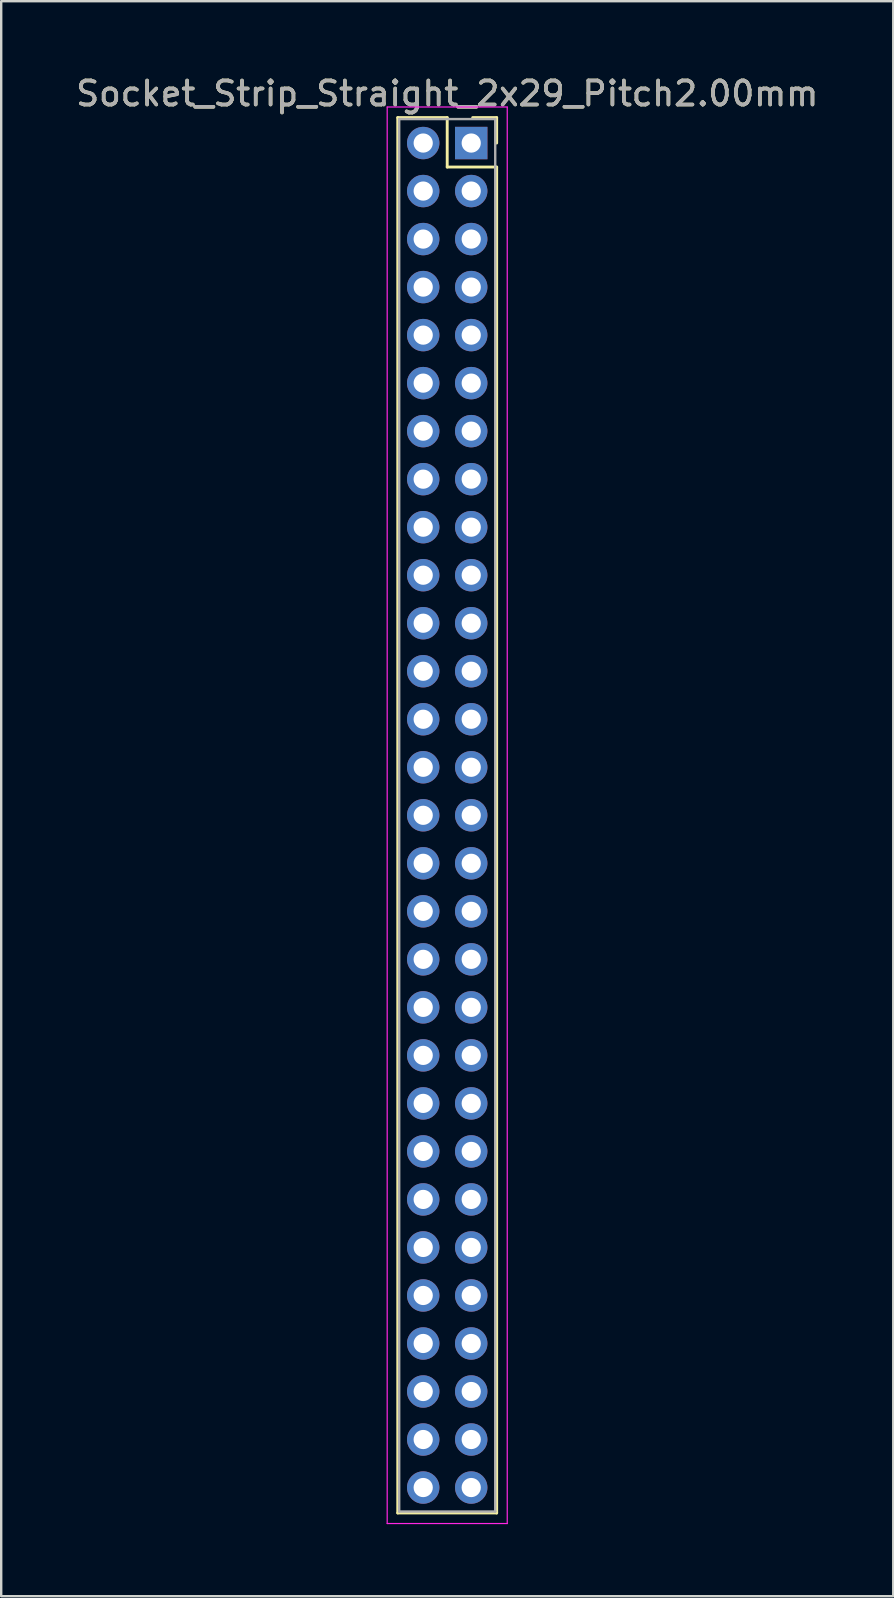
<source format=kicad_pcb>
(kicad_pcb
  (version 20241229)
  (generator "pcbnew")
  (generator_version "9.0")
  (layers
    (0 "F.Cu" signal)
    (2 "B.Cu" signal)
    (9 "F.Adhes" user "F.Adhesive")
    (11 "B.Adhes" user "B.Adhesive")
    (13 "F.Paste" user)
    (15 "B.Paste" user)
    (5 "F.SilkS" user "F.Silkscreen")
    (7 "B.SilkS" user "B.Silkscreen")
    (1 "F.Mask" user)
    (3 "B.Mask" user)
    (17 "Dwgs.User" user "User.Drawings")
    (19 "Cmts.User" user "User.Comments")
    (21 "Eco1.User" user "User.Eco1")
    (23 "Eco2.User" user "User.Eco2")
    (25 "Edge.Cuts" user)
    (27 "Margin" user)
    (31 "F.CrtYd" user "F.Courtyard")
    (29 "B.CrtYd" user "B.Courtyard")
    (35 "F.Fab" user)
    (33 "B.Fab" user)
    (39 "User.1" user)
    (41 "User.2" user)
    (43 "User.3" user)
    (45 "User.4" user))
  (footprint "Socket_Strip_Straight_2x29_Pitch2.00mm"
    (layer "F.Cu")
    (at 16.577 2.908)
    (property "Reference" "Socket_Strip_Straight_2x29_Pitch2.00mm" (at -1 -2.06 0) (layer "F.SilkS") (effects (font (size 1 1) (thickness 0.15))))
    (attr through_hole)
    (fp_line (start -3.06 -1.06) (end -1 -1.06) (stroke (width 0.12) (type solid)) (layer "F.SilkS"))
    (fp_line (start -3.06 57.06) (end -3.06 -1.06) (stroke (width 0.12) (type solid)) (layer "F.SilkS"))
    (fp_line (start -1 -1.06) (end -1 1) (stroke (width 0.12) (type solid)) (layer "F.SilkS"))
    (fp_line (start -1 1) (end 1.06 1) (stroke (width 0.12) (type solid)) (layer "F.SilkS"))
    (fp_line (start 1.06 -1.06) (end 0.06 -1.06) (stroke (width 0.12) (type solid)) (layer "F.SilkS"))
    (fp_line (start 1.06 0) (end 1.06 -1.06) (stroke (width 0.12) (type solid)) (layer "F.SilkS"))
    (fp_line (start 1.06 1) (end 1.06 57.06) (stroke (width 0.12) (type solid)) (layer "F.SilkS"))
    (fp_line (start 1.06 57.06) (end -3.06 57.06) (stroke (width 0.12) (type solid)) (layer "F.SilkS"))
    (fp_line (start -3.5 -1.5) (end -3.5 57.5) (stroke (width 0.05) (type solid)) (layer "F.CrtYd"))
    (fp_line (start -3.5 57.5) (end 1.5 57.5) (stroke (width 0.05) (type solid)) (layer "F.CrtYd"))
    (fp_line (start 1.5 -1.5) (end -3.5 -1.5) (stroke (width 0.05) (type solid)) (layer "F.CrtYd"))
    (fp_line (start 1.5 57.5) (end 1.5 -1.5) (stroke (width 0.05) (type solid)) (layer "F.CrtYd"))
    (fp_line (start -3 -1) (end -3 57) (stroke (width 0.1) (type solid)) (layer "F.Fab"))
    (fp_line (start -3 57) (end 1 57) (stroke (width 0.1) (type solid)) (layer "F.Fab"))
    (fp_line (start 1 -1) (end -3 -1) (stroke (width 0.1) (type solid)) (layer "F.Fab"))
    (fp_line (start 1 57) (end 1 -1) (stroke (width 0.1) (type solid)) (layer "F.Fab"))
    (fp_text user "${REFERENCE}" (at -1 -2.06 0) (layer "F.Fab") (effects (font (size 1 1) (thickness 0.15))))
    (pad "1" thru_hole rect (at 0 0) (size 1.35 1.35) (drill 0.8) (layers "*.Cu" "*.Mask"))
    (pad "2" thru_hole oval (at -2 0) (size 1.35 1.35) (drill 0.8) (layers "*.Cu" "*.Mask"))
    (pad "3" thru_hole oval (at 0 2) (size 1.35 1.35) (drill 0.8) (layers "*.Cu" "*.Mask"))
    (pad "4" thru_hole oval (at -2 2) (size 1.35 1.35) (drill 0.8) (layers "*.Cu" "*.Mask"))
    (pad "5" thru_hole oval (at 0 4) (size 1.35 1.35) (drill 0.8) (layers "*.Cu" "*.Mask"))
    (pad "6" thru_hole oval (at -2 4) (size 1.35 1.35) (drill 0.8) (layers "*.Cu" "*.Mask"))
    (pad "7" thru_hole oval (at 0 6) (size 1.35 1.35) (drill 0.8) (layers "*.Cu" "*.Mask"))
    (pad "8" thru_hole oval (at -2 6) (size 1.35 1.35) (drill 0.8) (layers "*.Cu" "*.Mask"))
    (pad "9" thru_hole oval (at 0 8) (size 1.35 1.35) (drill 0.8) (layers "*.Cu" "*.Mask"))
    (pad "10" thru_hole oval (at -2 8) (size 1.35 1.35) (drill 0.8) (layers "*.Cu" "*.Mask"))
    (pad "11" thru_hole oval (at 0 10) (size 1.35 1.35) (drill 0.8) (layers "*.Cu" "*.Mask"))
    (pad "12" thru_hole oval (at -2 10) (size 1.35 1.35) (drill 0.8) (layers "*.Cu" "*.Mask"))
    (pad "13" thru_hole oval (at 0 12) (size 1.35 1.35) (drill 0.8) (layers "*.Cu" "*.Mask"))
    (pad "14" thru_hole oval (at -2 12) (size 1.35 1.35) (drill 0.8) (layers "*.Cu" "*.Mask"))
    (pad "15" thru_hole oval (at 0 14) (size 1.35 1.35) (drill 0.8) (layers "*.Cu" "*.Mask"))
    (pad "16" thru_hole oval (at -2 14) (size 1.35 1.35) (drill 0.8) (layers "*.Cu" "*.Mask"))
    (pad "17" thru_hole oval (at 0 16) (size 1.35 1.35) (drill 0.8) (layers "*.Cu" "*.Mask"))
    (pad "18" thru_hole oval (at -2 16) (size 1.35 1.35) (drill 0.8) (layers "*.Cu" "*.Mask"))
    (pad "19" thru_hole oval (at 0 18) (size 1.35 1.35) (drill 0.8) (layers "*.Cu" "*.Mask"))
    (pad "20" thru_hole oval (at -2 18) (size 1.35 1.35) (drill 0.8) (layers "*.Cu" "*.Mask"))
    (pad "21" thru_hole oval (at 0 20) (size 1.35 1.35) (drill 0.8) (layers "*.Cu" "*.Mask"))
    (pad "22" thru_hole oval (at -2 20) (size 1.35 1.35) (drill 0.8) (layers "*.Cu" "*.Mask"))
    (pad "23" thru_hole oval (at 0 22) (size 1.35 1.35) (drill 0.8) (layers "*.Cu" "*.Mask"))
    (pad "24" thru_hole oval (at -2 22) (size 1.35 1.35) (drill 0.8) (layers "*.Cu" "*.Mask"))
    (pad "25" thru_hole oval (at 0 24) (size 1.35 1.35) (drill 0.8) (layers "*.Cu" "*.Mask"))
    (pad "26" thru_hole oval (at -2 24) (size 1.35 1.35) (drill 0.8) (layers "*.Cu" "*.Mask"))
    (pad "27" thru_hole oval (at 0 26) (size 1.35 1.35) (drill 0.8) (layers "*.Cu" "*.Mask"))
    (pad "28" thru_hole oval (at -2 26) (size 1.35 1.35) (drill 0.8) (layers "*.Cu" "*.Mask"))
    (pad "29" thru_hole oval (at 0 28) (size 1.35 1.35) (drill 0.8) (layers "*.Cu" "*.Mask"))
    (pad "30" thru_hole oval (at -2 28) (size 1.35 1.35) (drill 0.8) (layers "*.Cu" "*.Mask"))
    (pad "31" thru_hole oval (at 0 30) (size 1.35 1.35) (drill 0.8) (layers "*.Cu" "*.Mask"))
    (pad "32" thru_hole oval (at -2 30) (size 1.35 1.35) (drill 0.8) (layers "*.Cu" "*.Mask"))
    (pad "33" thru_hole oval (at 0 32) (size 1.35 1.35) (drill 0.8) (layers "*.Cu" "*.Mask"))
    (pad "34" thru_hole oval (at -2 32) (size 1.35 1.35) (drill 0.8) (layers "*.Cu" "*.Mask"))
    (pad "35" thru_hole oval (at 0 34) (size 1.35 1.35) (drill 0.8) (layers "*.Cu" "*.Mask"))
    (pad "36" thru_hole oval (at -2 34) (size 1.35 1.35) (drill 0.8) (layers "*.Cu" "*.Mask"))
    (pad "37" thru_hole oval (at 0 36) (size 1.35 1.35) (drill 0.8) (layers "*.Cu" "*.Mask"))
    (pad "38" thru_hole oval (at -2 36) (size 1.35 1.35) (drill 0.8) (layers "*.Cu" "*.Mask"))
    (pad "39" thru_hole oval (at 0 38) (size 1.35 1.35) (drill 0.8) (layers "*.Cu" "*.Mask"))
    (pad "40" thru_hole oval (at -2 38) (size 1.35 1.35) (drill 0.8) (layers "*.Cu" "*.Mask"))
    (pad "41" thru_hole oval (at 0 40) (size 1.35 1.35) (drill 0.8) (layers "*.Cu" "*.Mask"))
    (pad "42" thru_hole oval (at -2 40) (size 1.35 1.35) (drill 0.8) (layers "*.Cu" "*.Mask"))
    (pad "43" thru_hole oval (at 0 42) (size 1.35 1.35) (drill 0.8) (layers "*.Cu" "*.Mask"))
    (pad "44" thru_hole oval (at -2 42) (size 1.35 1.35) (drill 0.8) (layers "*.Cu" "*.Mask"))
    (pad "45" thru_hole oval (at 0 44) (size 1.35 1.35) (drill 0.8) (layers "*.Cu" "*.Mask"))
    (pad "46" thru_hole oval (at -2 44) (size 1.35 1.35) (drill 0.8) (layers "*.Cu" "*.Mask"))
    (pad "47" thru_hole oval (at 0 46) (size 1.35 1.35) (drill 0.8) (layers "*.Cu" "*.Mask"))
    (pad "48" thru_hole oval (at -2 46) (size 1.35 1.35) (drill 0.8) (layers "*.Cu" "*.Mask"))
    (pad "49" thru_hole oval (at 0 48) (size 1.35 1.35) (drill 0.8) (layers "*.Cu" "*.Mask"))
    (pad "50" thru_hole oval (at -2 48) (size 1.35 1.35) (drill 0.8) (layers "*.Cu" "*.Mask"))
    (pad "51" thru_hole oval (at 0 50) (size 1.35 1.35) (drill 0.8) (layers "*.Cu" "*.Mask"))
    (pad "52" thru_hole oval (at -2 50) (size 1.35 1.35) (drill 0.8) (layers "*.Cu" "*.Mask"))
    (pad "53" thru_hole oval (at 0 52) (size 1.35 1.35) (drill 0.8) (layers "*.Cu" "*.Mask"))
    (pad "54" thru_hole oval (at -2 52) (size 1.35 1.35) (drill 0.8) (layers "*.Cu" "*.Mask"))
    (pad "55" thru_hole oval (at 0 54) (size 1.35 1.35) (drill 0.8) (layers "*.Cu" "*.Mask"))
    (pad "56" thru_hole oval (at -2 54) (size 1.35 1.35) (drill 0.8) (layers "*.Cu" "*.Mask"))
    (pad "57" thru_hole oval (at 0 56) (size 1.35 1.35) (drill 0.8) (layers "*.Cu" "*.Mask"))
    (pad "58" thru_hole oval (at -2 56) (size 1.35 1.35) (drill 0.8) (layers "*.Cu" "*.Mask")))
  (gr_rect
    (start -3 -3)
    (end 34.155 63.433)
    (stroke (width 0.1) (type default))
    (fill no)
    (layer "Edge.Cuts")))
</source>
